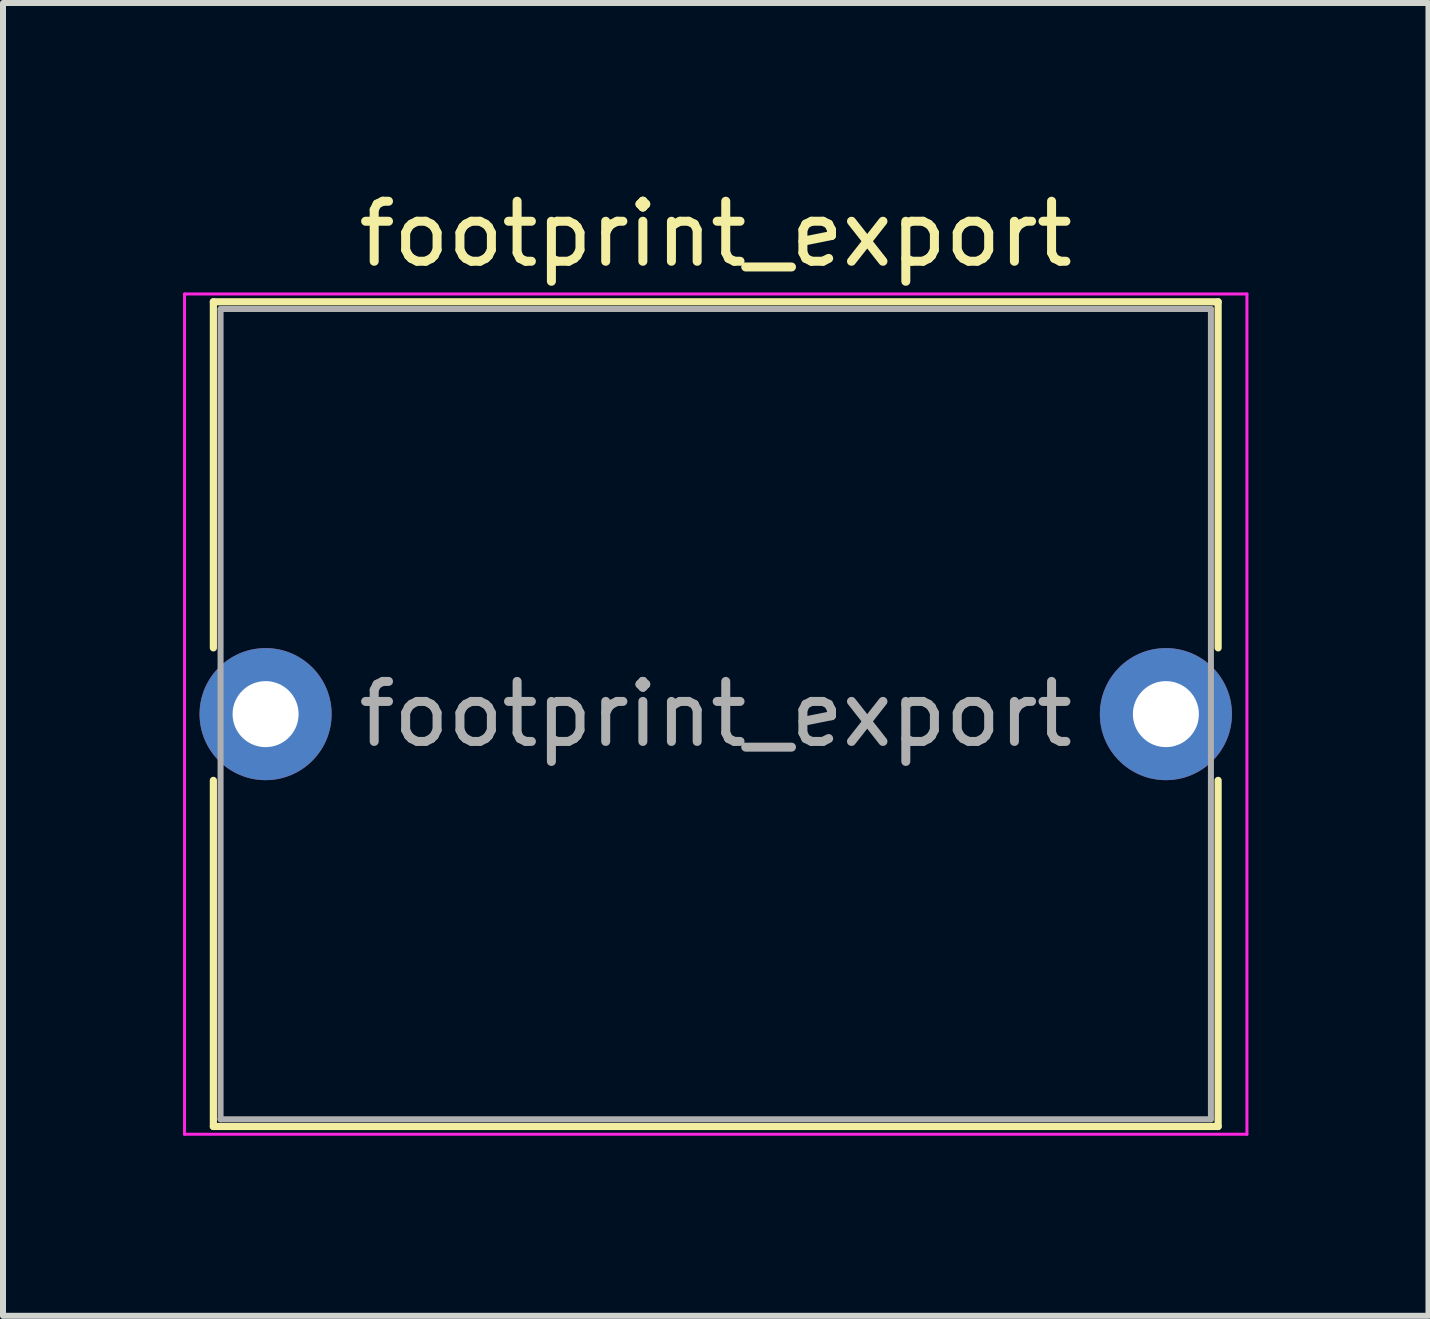
<source format=kicad_pcb>
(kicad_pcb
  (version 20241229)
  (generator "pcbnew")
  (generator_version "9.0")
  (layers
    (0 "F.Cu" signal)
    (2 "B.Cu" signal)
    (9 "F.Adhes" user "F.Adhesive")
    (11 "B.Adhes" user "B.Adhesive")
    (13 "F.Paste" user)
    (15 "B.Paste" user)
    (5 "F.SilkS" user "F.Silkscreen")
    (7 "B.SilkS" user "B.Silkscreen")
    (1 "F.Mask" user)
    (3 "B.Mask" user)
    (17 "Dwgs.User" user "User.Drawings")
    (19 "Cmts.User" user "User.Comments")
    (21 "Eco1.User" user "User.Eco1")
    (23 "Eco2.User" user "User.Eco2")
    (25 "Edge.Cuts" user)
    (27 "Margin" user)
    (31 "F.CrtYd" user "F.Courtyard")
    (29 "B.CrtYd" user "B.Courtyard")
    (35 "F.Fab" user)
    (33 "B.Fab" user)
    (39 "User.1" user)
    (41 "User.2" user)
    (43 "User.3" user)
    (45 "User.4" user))
  (footprint "footprint_export"
    (layer "F.Cu")
    (at 1.375 8.848)
    (property "Reference" "footprint_export" (at 7.5 -8 0) (layer "F.SilkS") (effects (font (size 1 1) (thickness 0.15))))
    (attr through_hole)
    (fp_line (start -0.87 -6.87) (end -0.87 -1.104) (stroke (width 0.12) (type solid)) (layer "F.SilkS"))
    (fp_line (start -0.87 -6.87) (end 15.87 -6.87) (stroke (width 0.12) (type solid)) (layer "F.SilkS"))
    (fp_line (start -0.87 1.104) (end -0.87 6.87) (stroke (width 0.12) (type solid)) (layer "F.SilkS"))
    (fp_line (start -0.87 6.87) (end 15.87 6.87) (stroke (width 0.12) (type solid)) (layer "F.SilkS"))
    (fp_line (start 15.87 -6.87) (end 15.87 -1.104) (stroke (width 0.12) (type solid)) (layer "F.SilkS"))
    (fp_line (start 15.87 1.104) (end 15.87 6.87) (stroke (width 0.12) (type solid)) (layer "F.SilkS"))
    (fp_line (start -1.35 -7) (end -1.35 7) (stroke (width 0.05) (type solid)) (layer "F.CrtYd"))
    (fp_line (start -1.35 7) (end 16.35 7) (stroke (width 0.05) (type solid)) (layer "F.CrtYd"))
    (fp_line (start 16.35 -7) (end -1.35 -7) (stroke (width 0.05) (type solid)) (layer "F.CrtYd"))
    (fp_line (start 16.35 7) (end 16.35 -7) (stroke (width 0.05) (type solid)) (layer "F.CrtYd"))
    (fp_line (start -0.75 -6.75) (end -0.75 6.75) (stroke (width 0.1) (type solid)) (layer "F.Fab"))
    (fp_line (start -0.75 6.75) (end 15.75 6.75) (stroke (width 0.1) (type solid)) (layer "F.Fab"))
    (fp_line (start 15.75 -6.75) (end -0.75 -6.75) (stroke (width 0.1) (type solid)) (layer "F.Fab"))
    (fp_line (start 15.75 6.75) (end 15.75 -6.75) (stroke (width 0.1) (type solid)) (layer "F.Fab"))
    (fp_text user "${REFERENCE}" (at 7.5 0 0) (layer "F.Fab") (effects (font (size 1 1) (thickness 0.15))))
    (pad "1" thru_hole circle (at 0 0) (size 2.2 2.2) (drill 1.1) (layers "*.Cu" "*.Mask"))
    (pad "2" thru_hole circle (at 15 0) (size 2.2 2.2) (drill 1.1) (layers "*.Cu" "*.Mask")))
  (gr_rect
    (start -3 -3)
    (end 20.75 18.873)
    (stroke (width 0.1) (type default))
    (fill no)
    (layer "Edge.Cuts")))
</source>
